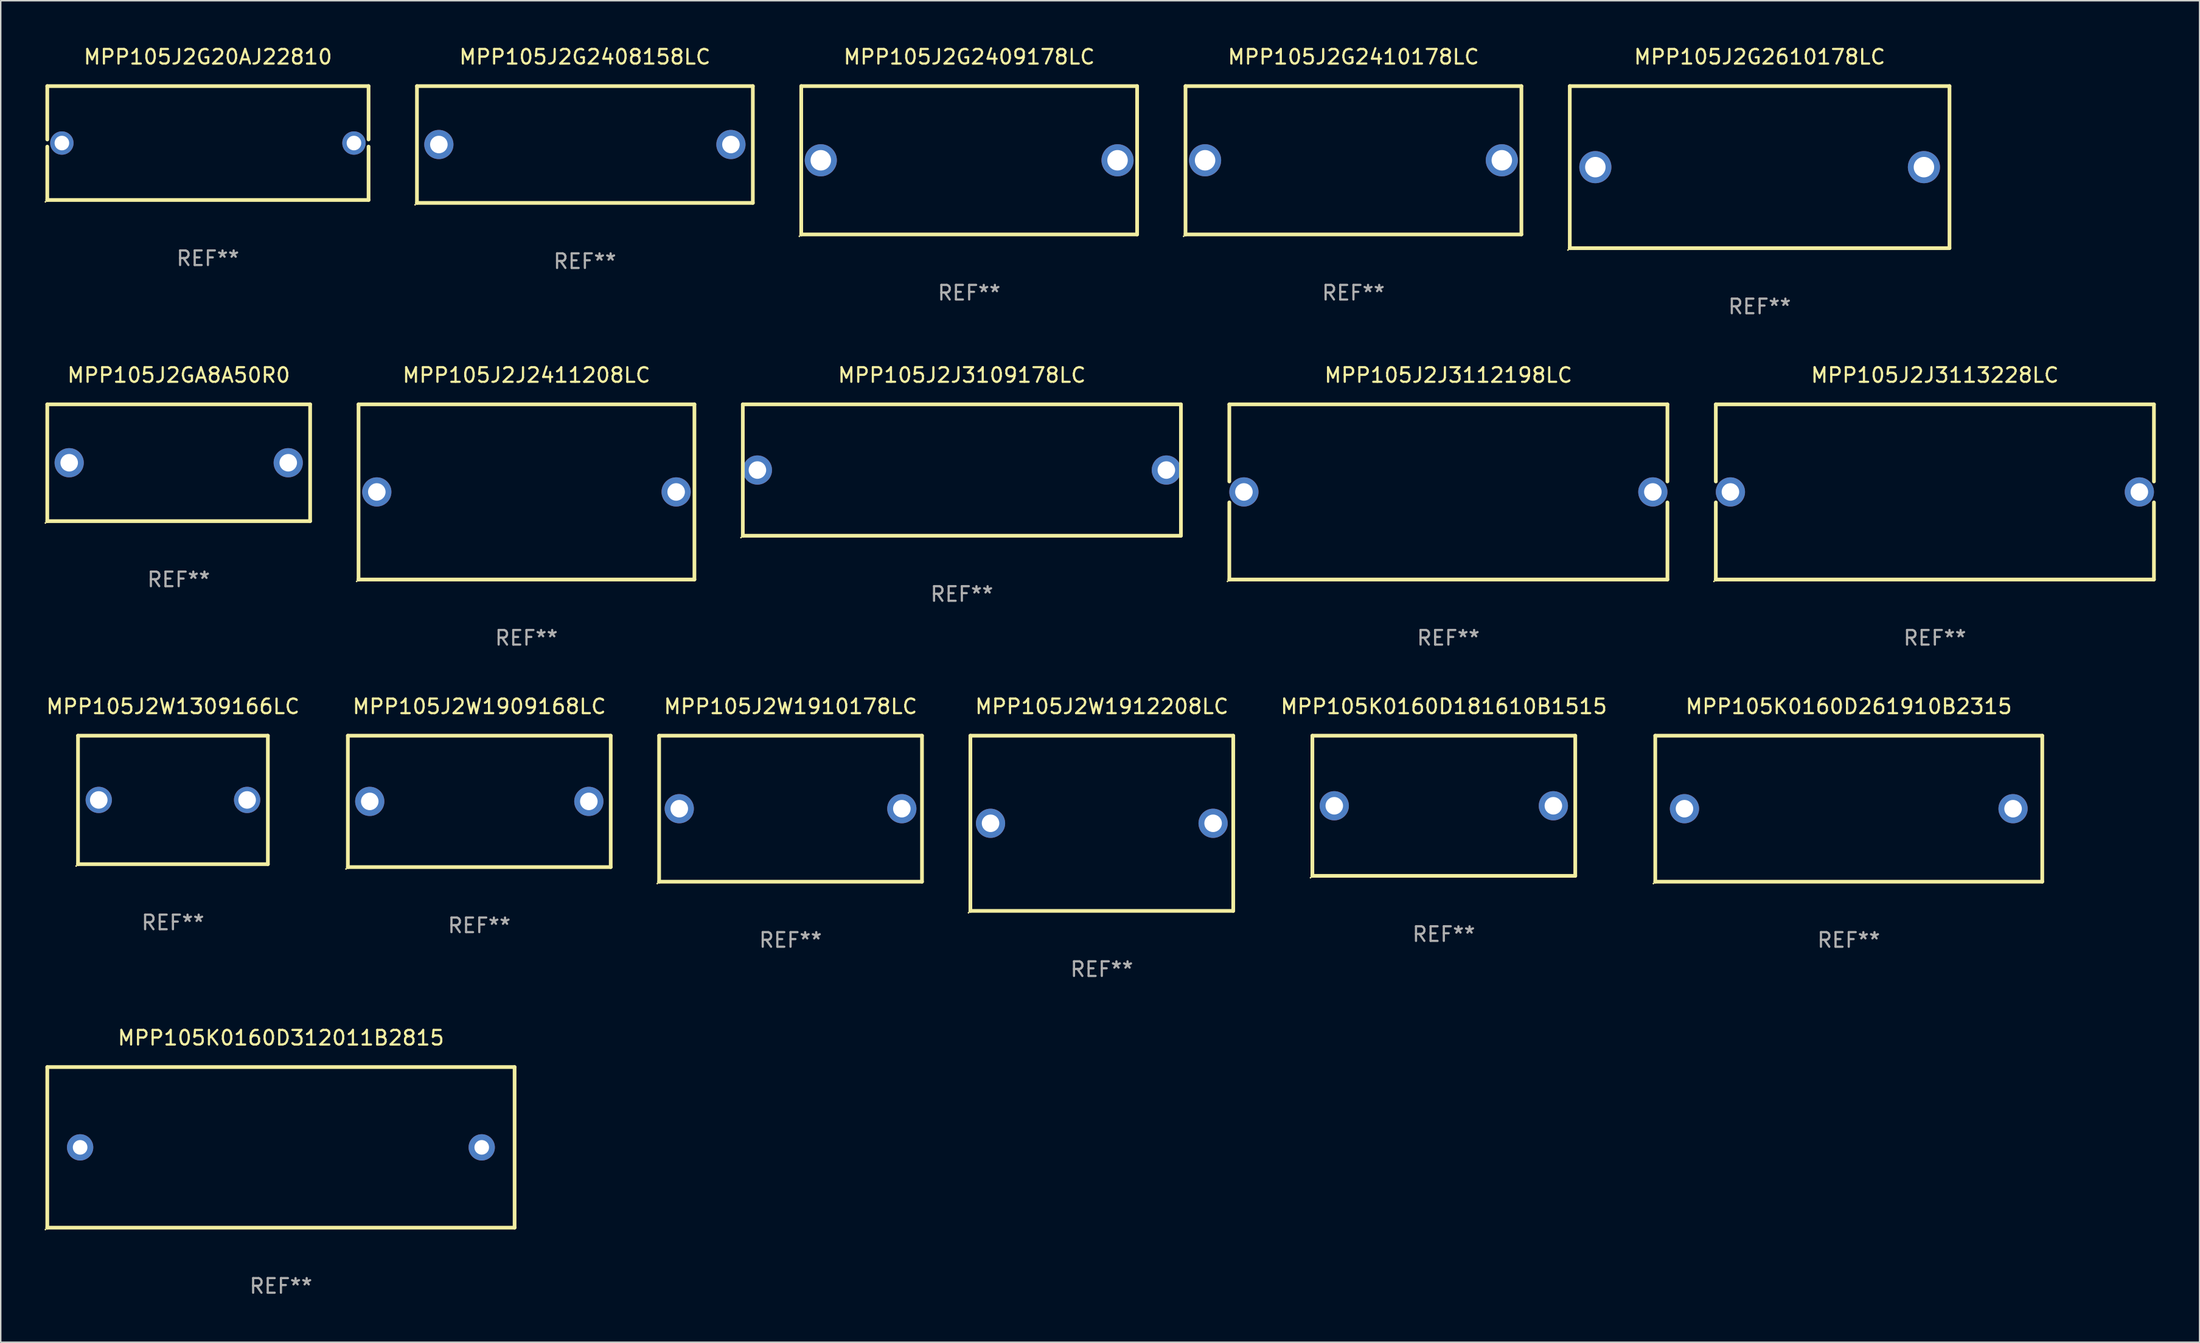
<source format=kicad_pcb>
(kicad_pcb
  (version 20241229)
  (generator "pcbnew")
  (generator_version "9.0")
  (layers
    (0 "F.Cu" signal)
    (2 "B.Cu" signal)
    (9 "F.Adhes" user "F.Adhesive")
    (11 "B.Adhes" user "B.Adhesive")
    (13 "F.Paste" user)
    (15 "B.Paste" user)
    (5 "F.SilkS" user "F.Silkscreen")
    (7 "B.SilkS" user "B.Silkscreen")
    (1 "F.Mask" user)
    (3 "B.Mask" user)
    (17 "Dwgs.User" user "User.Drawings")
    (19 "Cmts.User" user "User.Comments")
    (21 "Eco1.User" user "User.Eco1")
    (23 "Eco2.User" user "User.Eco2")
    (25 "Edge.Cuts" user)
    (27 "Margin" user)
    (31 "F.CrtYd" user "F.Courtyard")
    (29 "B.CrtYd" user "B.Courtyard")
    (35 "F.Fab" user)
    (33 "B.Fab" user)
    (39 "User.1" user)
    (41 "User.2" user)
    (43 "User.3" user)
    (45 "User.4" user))
  (footprint "MPP105J2J3113228LC"
    (layer "F.Cu")
    (at 129.443 30.645)
    (property "Reference" "MPP105J2J3113228LC" (at 0 -8 0) (layer "F.SilkS") (effects (font (size 1 1) (thickness 0.15))))
    (attr through_hole)
    (fp_line (start -15 -6) (end -15 -0.717) (stroke (width 0.254) (type solid)) (layer "F.SilkS"))
    (fp_line (start -15 -6) (end 15 -6) (stroke (width 0.254) (type solid)) (layer "F.SilkS"))
    (fp_line (start -15 0.717) (end -15 6) (stroke (width 0.254) (type solid)) (layer "F.SilkS"))
    (fp_line (start 15 -6) (end 15 -0.717) (stroke (width 0.254) (type solid)) (layer "F.SilkS"))
    (fp_line (start 15 0.717) (end 15 6) (stroke (width 0.254) (type solid)) (layer "F.SilkS"))
    (fp_line (start 15 6) (end -15 6) (stroke (width 0.254) (type solid)) (layer "F.SilkS"))
    (fp_circle (center -15.127 6.127) (end -15.097 6.127) (stroke (width 0.06) (type solid)) (fill no) (layer "F.SilkS"))
    (fp_text user "REF**" (at 0 10 0) (layer "F.Fab") (effects (font (size 1 1) (thickness 0.15))))
    (pad "1" thru_hole circle (at -14.001 0) (size 2 2) (drill 1.2) (layers "*.Cu" "*.Mask"))
    (pad "2" thru_hole circle (at 14.001 0) (size 2 2) (drill 1.2) (layers "*.Cu" "*.Mask")))
  (footprint "MPP105J2G2409178LC"
    (layer "F.Cu")
    (at 63.315 7.928)
    (property "Reference" "MPP105J2G2409178LC" (at 0 -7.08 0) (layer "F.SilkS") (effects (font (size 1 1) (thickness 0.15))))
    (attr through_hole)
    (fp_line (start -11.5 -5.08) (end -11.5 5.08) (stroke (width 0.254) (type solid)) (layer "F.SilkS"))
    (fp_line (start -11.5 -5.08) (end 11.5 -5.08) (stroke (width 0.254) (type solid)) (layer "F.SilkS"))
    (fp_line (start 11.5 5.08) (end -11.5 5.08) (stroke (width 0.254) (type solid)) (layer "F.SilkS"))
    (fp_line (start 11.5 5.08) (end 11.5 -5.08) (stroke (width 0.254) (type solid)) (layer "F.SilkS"))
    (fp_circle (center -11.627 5.207) (end -11.597 5.207) (stroke (width 0.06) (type solid)) (fill no) (layer "F.SilkS"))
    (fp_text user "REF**" (at 0 9.08 0) (layer "F.Fab") (effects (font (size 1 1) (thickness 0.15))))
    (pad "1" thru_hole circle (at -10.16 0) (size 2.2 2.2) (drill 1.4) (layers "*.Cu" "*.Mask"))
    (pad "2" thru_hole circle (at 10.16 0) (size 2.2 2.2) (drill 1.4) (layers "*.Cu" "*.Mask")))
  (footprint "MPP105J2J3112198LC"
    (layer "F.Cu")
    (at 96.129 30.645)
    (property "Reference" "MPP105J2J3112198LC" (at 0 -8 0) (layer "F.SilkS") (effects (font (size 1 1) (thickness 0.15))))
    (attr through_hole)
    (fp_line (start -15 -6) (end -15 -0.717) (stroke (width 0.254) (type solid)) (layer "F.SilkS"))
    (fp_line (start -15 -6) (end 15 -6) (stroke (width 0.254) (type solid)) (layer "F.SilkS"))
    (fp_line (start -15 0.717) (end -15 6) (stroke (width 0.254) (type solid)) (layer "F.SilkS"))
    (fp_line (start 15 -6) (end 15 -0.717) (stroke (width 0.254) (type solid)) (layer "F.SilkS"))
    (fp_line (start 15 0.717) (end 15 6) (stroke (width 0.254) (type solid)) (layer "F.SilkS"))
    (fp_line (start 15 6) (end -15 6) (stroke (width 0.254) (type solid)) (layer "F.SilkS"))
    (fp_circle (center -15.127 6.127) (end -15.097 6.127) (stroke (width 0.06) (type solid)) (fill no) (layer "F.SilkS"))
    (fp_text user "REF**" (at 0 10 0) (layer "F.Fab") (effects (font (size 1 1) (thickness 0.15))))
    (pad "1" thru_hole circle (at -14.001 0) (size 2 2) (drill 1.2) (layers "*.Cu" "*.Mask"))
    (pad "2" thru_hole circle (at 14.001 0) (size 2 2) (drill 1.2) (layers "*.Cu" "*.Mask")))
  (footprint "MPP105J2J2411208LC"
    (layer "F.Cu")
    (at 33.001 30.645)
    (property "Reference" "MPP105J2J2411208LC" (at 0 -8 0) (layer "F.SilkS") (effects (font (size 1 1) (thickness 0.15))))
    (attr through_hole)
    (fp_line (start -11.5 -6) (end 11.5 -6) (stroke (width 0.254) (type solid)) (layer "F.SilkS"))
    (fp_line (start -11.5 6) (end -11.5 -6) (stroke (width 0.254) (type solid)) (layer "F.SilkS"))
    (fp_line (start 11.5 -6) (end 11.5 6) (stroke (width 0.254) (type solid)) (layer "F.SilkS"))
    (fp_line (start 11.5 6) (end -11.5 6) (stroke (width 0.254) (type solid)) (layer "F.SilkS"))
    (fp_circle (center -11.627 6.127) (end -11.597 6.127) (stroke (width 0.06) (type solid)) (fill no) (layer "F.SilkS"))
    (fp_text user "REF**" (at 0 10 0) (layer "F.Fab") (effects (font (size 1 1) (thickness 0.15))))
    (pad "1" thru_hole circle (at -10.249 0) (size 2 2) (drill 1.2) (layers "*.Cu" "*.Mask"))
    (pad "2" thru_hole circle (at 10.249 0) (size 2 2) (drill 1.2) (layers "*.Cu" "*.Mask")))
  (footprint "MPP105J2G2408158LC"
    (layer "F.Cu")
    (at 37.001 6.848)
    (property "Reference" "MPP105J2G2408158LC" (at 0 -6 0) (layer "F.SilkS") (effects (font (size 1 1) (thickness 0.15))))
    (attr through_hole)
    (fp_line (start -11.5 -4) (end -11.5 4) (stroke (width 0.254) (type solid)) (layer "F.SilkS"))
    (fp_line (start -11.5 -4) (end 11.5 -4) (stroke (width 0.254) (type solid)) (layer "F.SilkS"))
    (fp_line (start -11.5 4) (end 11.5 4) (stroke (width 0.254) (type solid)) (layer "F.SilkS"))
    (fp_line (start 11.5 -4) (end 11.5 4) (stroke (width 0.254) (type solid)) (layer "F.SilkS"))
    (fp_circle (center -11.627 4.127) (end -11.597 4.127) (stroke (width 0.06) (type solid)) (fill no) (layer "F.SilkS"))
    (fp_text user "REF**" (at 0 8 0) (layer "F.Fab") (effects (font (size 1 1) (thickness 0.15))))
    (pad "1" thru_hole circle (at -10 0) (size 2 2) (drill 1.2) (layers "*.Cu" "*.Mask"))
    (pad "2" thru_hole circle (at 10 0) (size 2 2) (drill 1.2) (layers "*.Cu" "*.Mask")))
  (footprint "MPP105K0160D261910B2315"
    (layer "F.Cu")
    (at 123.546 52.341)
    (property "Reference" "MPP105K0160D261910B2315" (at 0 -7 0) (layer "F.SilkS") (effects (font (size 1 1) (thickness 0.15))))
    (attr through_hole)
    (fp_line (start -13.25 -5) (end 13.25 -5) (stroke (width 0.254) (type solid)) (layer "F.SilkS"))
    (fp_line (start -13.25 5) (end -13.25 -5) (stroke (width 0.254) (type solid)) (layer "F.SilkS"))
    (fp_line (start 13.25 -5) (end 13.25 5) (stroke (width 0.254) (type solid)) (layer "F.SilkS"))
    (fp_line (start 13.25 5) (end -13.25 5) (stroke (width 0.254) (type solid)) (layer "F.SilkS"))
    (fp_circle (center -13.377 5.127) (end -13.347 5.127) (stroke (width 0.06) (type solid)) (fill no) (layer "F.SilkS"))
    (fp_text user "REF**" (at 0 9 0) (layer "F.Fab") (effects (font (size 1 1) (thickness 0.15))))
    (pad "1" thru_hole circle (at -11.25 0) (size 2 2) (drill 1.2) (layers "*.Cu" "*.Mask"))
    (pad "2" thru_hole circle (at 11.25 0) (size 2 2) (drill 1.2) (layers "*.Cu" "*.Mask")))
  (footprint "MPP105J2G2610178LC"
    (layer "F.Cu")
    (at 117.443 8.398)
    (property "Reference" "MPP105J2G2610178LC" (at 0 -7.55 0) (layer "F.SilkS") (effects (font (size 1 1) (thickness 0.15))))
    (attr through_hole)
    (fp_line (start -13 -5.55) (end 13 -5.55) (stroke (width 0.254) (type solid)) (layer "F.SilkS"))
    (fp_line (start -13 5.55) (end -13 -5.55) (stroke (width 0.254) (type solid)) (layer "F.SilkS"))
    (fp_line (start 13 -5.55) (end 13 5.55) (stroke (width 0.254) (type solid)) (layer "F.SilkS"))
    (fp_line (start 13 5.55) (end -13 5.55) (stroke (width 0.254) (type solid)) (layer "F.SilkS"))
    (fp_circle (center -13.127 5.677) (end -13.097 5.677) (stroke (width 0.06) (type solid)) (fill no) (layer "F.SilkS"))
    (fp_text user "REF**" (at 0 9.55 0) (layer "F.Fab") (effects (font (size 1 1) (thickness 0.15))))
    (pad "1" thru_hole circle (at -11.25 0) (size 2.2 2.2) (drill 1.4) (layers "*.Cu" "*.Mask"))
    (pad "2" thru_hole circle (at 11.25 0) (size 2.2 2.2) (drill 1.4) (layers "*.Cu" "*.Mask")))
  (footprint "MPP105J2GA8A50R0"
    (layer "F.Cu")
    (at 9.187 28.645)
    (property "Reference" "MPP105J2GA8A50R0" (at 0 -6 0) (layer "F.SilkS") (effects (font (size 1 1) (thickness 0.15))))
    (attr through_hole)
    (fp_line (start -9 -4) (end 9 -4) (stroke (width 0.254) (type solid)) (layer "F.SilkS"))
    (fp_line (start -9 4) (end -9 -4) (stroke (width 0.254) (type solid)) (layer "F.SilkS"))
    (fp_line (start 9 -4) (end 9 4) (stroke (width 0.254) (type solid)) (layer "F.SilkS"))
    (fp_line (start 9 4) (end -9 4) (stroke (width 0.254) (type solid)) (layer "F.SilkS"))
    (fp_circle (center -9.127 4.127) (end -9.097 4.127) (stroke (width 0.06) (type solid)) (fill no) (layer "F.SilkS"))
    (fp_text user "REF**" (at 0 8 0) (layer "F.Fab") (effects (font (size 1 1) (thickness 0.15))))
    (pad "1" thru_hole circle (at -7.5 0) (size 2 2) (drill 1.2) (layers "*.Cu" "*.Mask"))
    (pad "2" thru_hole circle (at 7.5 0) (size 2 2) (drill 1.2) (layers "*.Cu" "*.Mask")))
  (footprint "MPP105J2J3109178LC"
    (layer "F.Cu")
    (at 62.815 29.145)
    (property "Reference" "MPP105J2J3109178LC" (at 0 -6.5 0) (layer "F.SilkS") (effects (font (size 1 1) (thickness 0.15))))
    (attr through_hole)
    (fp_line (start -15 -4.5) (end 15 -4.5) (stroke (width 0.254) (type solid)) (layer "F.SilkS"))
    (fp_line (start -15 4.5) (end -15 -4.5) (stroke (width 0.254) (type solid)) (layer "F.SilkS"))
    (fp_line (start 15 -4.5) (end 15 4.5) (stroke (width 0.254) (type solid)) (layer "F.SilkS"))
    (fp_line (start 15 4.5) (end -15 4.5) (stroke (width 0.254) (type solid)) (layer "F.SilkS"))
    (fp_circle (center -15.127 4.627) (end -15.097 4.627) (stroke (width 0.06) (type solid)) (fill no) (layer "F.SilkS"))
    (fp_text user "REF**" (at 0 8.5 0) (layer "F.Fab") (effects (font (size 1 1) (thickness 0.15))))
    (pad "1" thru_hole circle (at -14.001 -0.000127) (size 2 2) (drill 1.2) (layers "*.Cu" "*.Mask"))
    (pad "2" thru_hole circle (at 14.001 -0.000127) (size 2 2) (drill 1.2) (layers "*.Cu" "*.Mask")))
  (footprint "MPP105K0160D312011B2815"
    (layer "F.Cu")
    (at 16.188 75.538)
    (property "Reference" "MPP105K0160D312011B2815" (at 0 -7.5 0) (layer "F.SilkS") (effects (font (size 1 1) (thickness 0.15))))
    (attr through_hole)
    (fp_line (start -16.001 -5.5) (end -16.001 5.5) (stroke (width 0.254) (type solid)) (layer "F.SilkS"))
    (fp_line (start -16.001 -5.5) (end 16.001 -5.5) (stroke (width 0.254) (type solid)) (layer "F.SilkS"))
    (fp_line (start -16.001 5.5) (end 15.999 5.5) (stroke (width 0.254) (type solid)) (layer "F.SilkS"))
    (fp_line (start 15.999 -5.5) (end 15.999 5.5) (stroke (width 0.254) (type solid)) (layer "F.SilkS"))
    (fp_circle (center -16.128 5.627) (end -16.098 5.627) (stroke (width 0.06) (type solid)) (fill no) (layer "F.SilkS"))
    (fp_text user "REF**" (at 0 9.5 0) (layer "F.Fab") (effects (font (size 1 1) (thickness 0.15))))
    (pad "1" thru_hole circle (at -13.751 0) (size 1.8 1.8) (drill 1) (layers "*.Cu" "*.Mask"))
    (pad "2" thru_hole circle (at 13.749 0) (size 1.8 1.8) (drill 1) (layers "*.Cu" "*.Mask")))
  (footprint "MPP105J2G20AJ22810"
    (layer "F.Cu")
    (at 11.187 6.748)
    (property "Reference" "MPP105J2G20AJ22810" (at 0 -5.9 0) (layer "F.SilkS") (effects (font (size 1 1) (thickness 0.15))))
    (attr through_hole)
    (fp_line (start -11 -3.9) (end -11 -0.243) (stroke (width 0.254) (type solid)) (layer "F.SilkS"))
    (fp_line (start -11 -3.9) (end 11 -3.9) (stroke (width 0.254) (type solid)) (layer "F.SilkS"))
    (fp_line (start -11 0.243) (end -11 3.9) (stroke (width 0.254) (type solid)) (layer "F.SilkS"))
    (fp_line (start 11 -3.9) (end 11 -0.243) (stroke (width 0.254) (type solid)) (layer "F.SilkS"))
    (fp_line (start 11 0.243) (end 11 3.9) (stroke (width 0.254) (type solid)) (layer "F.SilkS"))
    (fp_line (start 11 3.9) (end -11 3.9) (stroke (width 0.254) (type solid)) (layer "F.SilkS"))
    (fp_circle (center -11.127 4.027) (end -11.097 4.027) (stroke (width 0.06) (type solid)) (fill no) (layer "F.SilkS"))
    (fp_text user "REF**" (at 0 7.9 0) (layer "F.Fab") (effects (font (size 1 1) (thickness 0.15))))
    (pad "1" thru_hole circle (at -10 0) (size 1.6 1.6) (drill 1) (layers "*.Cu" "*.Mask"))
    (pad "2" thru_hole circle (at 10 0) (size 1.6 1.6) (drill 1) (layers "*.Cu" "*.Mask")))
  (footprint "MPP105J2W1912208LC"
    (layer "F.Cu")
    (at 72.398 53.341)
    (property "Reference" "MPP105J2W1912208LC" (at 0 -8 0) (layer "F.SilkS") (effects (font (size 1 1) (thickness 0.15))))
    (attr through_hole)
    (fp_line (start -9 -6) (end 9 -6) (stroke (width 0.254) (type solid)) (layer "F.SilkS"))
    (fp_line (start -9 6) (end -9 -6) (stroke (width 0.254) (type solid)) (layer "F.SilkS"))
    (fp_line (start 9 -6) (end 9 6) (stroke (width 0.254) (type solid)) (layer "F.SilkS"))
    (fp_line (start 9 6) (end -9 6) (stroke (width 0.254) (type solid)) (layer "F.SilkS"))
    (fp_circle (center -9.127 6.127) (end -9.097 6.127) (stroke (width 0.06) (type solid)) (fill no) (layer "F.SilkS"))
    (fp_text user "REF**" (at 0 10 0) (layer "F.Fab") (effects (font (size 1 1) (thickness 0.15))))
    (pad "1" thru_hole circle (at -7.62 0) (size 2 2) (drill 1.2) (layers "*.Cu" "*.Mask"))
    (pad "2" thru_hole circle (at 7.62 0) (size 2 2) (drill 1.2) (layers "*.Cu" "*.Mask")))
  (footprint "MPP105J2W1909168LC"
    (layer "F.Cu")
    (at 29.77 51.841)
    (property "Reference" "MPP105J2W1909168LC" (at 0 -6.5 0) (layer "F.SilkS") (effects (font (size 1 1) (thickness 0.15))))
    (attr through_hole)
    (fp_line (start -9 -4.5) (end -9 4.5) (stroke (width 0.254) (type solid)) (layer "F.SilkS"))
    (fp_line (start -9 -4.5) (end 9 -4.5) (stroke (width 0.254) (type solid)) (layer "F.SilkS"))
    (fp_line (start 9 4.5) (end -9 4.5) (stroke (width 0.254) (type solid)) (layer "F.SilkS"))
    (fp_line (start 9 4.5) (end 9 -4.5) (stroke (width 0.254) (type solid)) (layer "F.SilkS"))
    (fp_circle (center -9.127 4.627) (end -9.097 4.627) (stroke (width 0.06) (type solid)) (fill no) (layer "F.SilkS"))
    (fp_text user "REF**" (at 0 8.5 0) (layer "F.Fab") (effects (font (size 1 1) (thickness 0.15))))
    (pad "1" thru_hole circle (at -7.501 -0.000127) (size 2 2) (drill 1.2) (layers "*.Cu" "*.Mask"))
    (pad "2" thru_hole circle (at 7.501 -0.000127) (size 2 2) (drill 1.2) (layers "*.Cu" "*.Mask")))
  (footprint "MPP105J2G2410178LC"
    (layer "F.Cu")
    (at 89.629 7.928)
    (property "Reference" "MPP105J2G2410178LC" (at 0 -7.08 0) (layer "F.SilkS") (effects (font (size 1 1) (thickness 0.15))))
    (attr through_hole)
    (fp_line (start -11.5 -5.08) (end -11.5 5.08) (stroke (width 0.254) (type solid)) (layer "F.SilkS"))
    (fp_line (start -11.5 -5.08) (end 11.5 -5.08) (stroke (width 0.254) (type solid)) (layer "F.SilkS"))
    (fp_line (start 11.5 5.08) (end -11.5 5.08) (stroke (width 0.254) (type solid)) (layer "F.SilkS"))
    (fp_line (start 11.5 5.08) (end 11.5 -5.08) (stroke (width 0.254) (type solid)) (layer "F.SilkS"))
    (fp_circle (center -11.627 5.207) (end -11.597 5.207) (stroke (width 0.06) (type solid)) (fill no) (layer "F.SilkS"))
    (fp_text user "REF**" (at 0 9.08 0) (layer "F.Fab") (effects (font (size 1 1) (thickness 0.15))))
    (pad "1" thru_hole circle (at -10.16 0) (size 2.2 2.2) (drill 1.4) (layers "*.Cu" "*.Mask"))
    (pad "2" thru_hole circle (at 10.16 0) (size 2.2 2.2) (drill 1.4) (layers "*.Cu" "*.Mask")))
  (footprint "MPP105J2W1309166LC"
    (layer "F.Cu")
    (at 8.792 51.741)
    (property "Reference" "MPP105J2W1309166LC" (at 0 -6.4 0) (layer "F.SilkS") (effects (font (size 1 1) (thickness 0.15))))
    (attr through_hole)
    (fp_line (start -6.5 -4.4) (end 6.5 -4.4) (stroke (width 0.254) (type solid)) (layer "F.SilkS"))
    (fp_line (start -6.5 4.4) (end -6.5 -4.4) (stroke (width 0.254) (type solid)) (layer "F.SilkS"))
    (fp_line (start 6.5 -4.4) (end 6.5 4.4) (stroke (width 0.254) (type solid)) (layer "F.SilkS"))
    (fp_line (start 6.5 4.4) (end -6.5 4.4) (stroke (width 0.254) (type solid)) (layer "F.SilkS"))
    (fp_circle (center -6.627 4.527) (end -6.597 4.527) (stroke (width 0.06) (type solid)) (fill no) (layer "F.SilkS"))
    (fp_text user "REF**" (at 0 8.4 0) (layer "F.Fab") (effects (font (size 1 1) (thickness 0.15))))
    (pad "1" thru_hole circle (at -5.08 0) (size 1.8 1.8) (drill 1.2) (layers "*.Cu" "*.Mask"))
    (pad "2" thru_hole circle (at 5.08 0) (size 1.8 1.8) (drill 1.2) (layers "*.Cu" "*.Mask")))
  (footprint "MPP105K0160D181610B1515"
    (layer "F.Cu")
    (at 95.817 52.141)
    (property "Reference" "MPP105K0160D181610B1515" (at 0 -6.8 0) (layer "F.SilkS") (effects (font (size 1 1) (thickness 0.15))))
    (attr through_hole)
    (fp_line (start -9 -4.8) (end 9 -4.8) (stroke (width 0.254) (type solid)) (layer "F.SilkS"))
    (fp_line (start -9 4.8) (end -9 -4.8) (stroke (width 0.254) (type solid)) (layer "F.SilkS"))
    (fp_line (start 9 -4.8) (end 9 4.8) (stroke (width 0.254) (type solid)) (layer "F.SilkS"))
    (fp_line (start 9 4.8) (end -9 4.8) (stroke (width 0.254) (type solid)) (layer "F.SilkS"))
    (fp_circle (center -9.127 4.927) (end -9.097 4.927) (stroke (width 0.06) (type solid)) (fill no) (layer "F.SilkS"))
    (fp_text user "REF**" (at 0 8.8 0) (layer "F.Fab") (effects (font (size 1 1) (thickness 0.15))))
    (pad "1" thru_hole circle (at -7.501 0) (size 2 2) (drill 1.2) (layers "*.Cu" "*.Mask"))
    (pad "2" thru_hole circle (at 7.501 0) (size 2 2) (drill 1.2) (layers "*.Cu" "*.Mask")))
  (footprint "MPP105J2W1910178LC"
    (layer "F.Cu")
    (at 51.084 52.341)
    (property "Reference" "MPP105J2W1910178LC" (at 0 -7 0) (layer "F.SilkS") (effects (font (size 1 1) (thickness 0.15))))
    (attr through_hole)
    (fp_line (start -9 -5) (end 9 -5) (stroke (width 0.254) (type solid)) (layer "F.SilkS"))
    (fp_line (start -9 5) (end -9 -5) (stroke (width 0.254) (type solid)) (layer "F.SilkS"))
    (fp_line (start 9 -5) (end 9 5) (stroke (width 0.254) (type solid)) (layer "F.SilkS"))
    (fp_line (start 9 5) (end -9 5) (stroke (width 0.254) (type solid)) (layer "F.SilkS"))
    (fp_circle (center -9.127 5.127) (end -9.097 5.127) (stroke (width 0.06) (type solid)) (fill no) (layer "F.SilkS"))
    (fp_text user "REF**" (at 0 9 0) (layer "F.Fab") (effects (font (size 1 1) (thickness 0.15))))
    (pad "1" thru_hole circle (at -7.62 0) (size 2 2) (drill 1.2) (layers "*.Cu" "*.Mask"))
    (pad "2" thru_hole circle (at 7.62 0) (size 2 2) (drill 1.2) (layers "*.Cu" "*.Mask")))
  (gr_rect
    (start -3 -3)
    (end 147.57 88.886)
    (stroke (width 0.1) (type default))
    (fill no)
    (layer "Edge.Cuts")))
</source>
